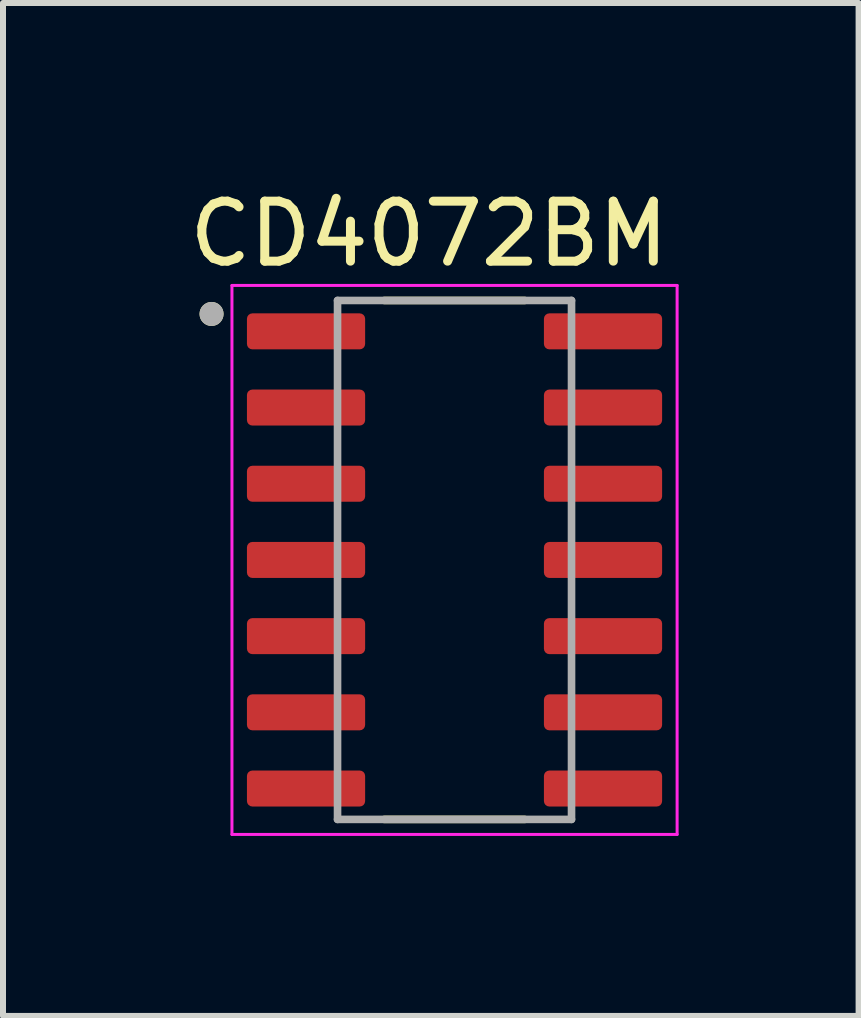
<source format=kicad_pcb>
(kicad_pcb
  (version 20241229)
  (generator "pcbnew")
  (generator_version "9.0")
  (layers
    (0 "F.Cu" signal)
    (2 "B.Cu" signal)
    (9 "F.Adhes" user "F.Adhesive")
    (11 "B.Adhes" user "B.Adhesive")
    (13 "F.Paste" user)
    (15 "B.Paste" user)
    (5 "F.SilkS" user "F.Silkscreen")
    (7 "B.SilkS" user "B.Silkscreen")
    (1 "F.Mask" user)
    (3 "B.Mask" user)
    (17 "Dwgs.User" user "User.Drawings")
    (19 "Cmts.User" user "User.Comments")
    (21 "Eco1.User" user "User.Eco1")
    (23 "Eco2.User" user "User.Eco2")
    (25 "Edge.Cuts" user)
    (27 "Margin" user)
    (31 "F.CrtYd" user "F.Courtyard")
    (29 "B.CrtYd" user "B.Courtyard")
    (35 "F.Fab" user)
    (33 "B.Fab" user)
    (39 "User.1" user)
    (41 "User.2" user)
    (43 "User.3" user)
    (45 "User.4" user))
  (footprint "CD4072BM"
    (layer "F.Cu")
    (at 4.526 6.283)
    (property "Reference" "CD4072BM" (at -0.425 -5.435 0) (layer "F.SilkS") (effects (font (size 1 1) (thickness 0.15))))
    (attr smd)
    (fp_line (start -1.17 -4.325) (end 1.17 -4.325) (stroke (width 0.127) (type solid)) (layer "F.SilkS"))
    (fp_line (start -1.17 4.325) (end 1.17 4.325) (stroke (width 0.127) (type solid)) (layer "F.SilkS"))
    (fp_circle (center -4.05 -4.1) (end -3.95 -4.1) (stroke (width 0.2) (type solid)) (fill no) (layer "F.SilkS"))
    (fp_line (start -3.71 -4.575) (end 3.71 -4.575) (stroke (width 0.05) (type solid)) (layer "F.CrtYd"))
    (fp_line (start -3.71 4.575) (end -3.71 -4.575) (stroke (width 0.05) (type solid)) (layer "F.CrtYd"))
    (fp_line (start 3.71 -4.575) (end 3.71 4.575) (stroke (width 0.05) (type solid)) (layer "F.CrtYd"))
    (fp_line (start 3.71 4.575) (end -3.71 4.575) (stroke (width 0.05) (type solid)) (layer "F.CrtYd"))
    (fp_line (start -1.95 -4.325) (end 1.95 -4.325) (stroke (width 0.127) (type solid)) (layer "F.Fab"))
    (fp_line (start -1.95 4.325) (end -1.95 -4.325) (stroke (width 0.127) (type solid)) (layer "F.Fab"))
    (fp_line (start 1.95 -4.325) (end 1.95 4.325) (stroke (width 0.127) (type solid)) (layer "F.Fab"))
    (fp_line (start 1.95 4.325) (end -1.95 4.325) (stroke (width 0.127) (type solid)) (layer "F.Fab"))
    (fp_circle (center -4.05 -4.1) (end -3.95 -4.1) (stroke (width 0.2) (type solid)) (fill no) (layer "F.Fab"))
    (pad "1" smd roundrect (at -2.475 -3.81) (size 1.97 0.6) (layers "F.Cu" "F.Mask" "F.Paste") (roundrect_rratio 0.15))
    (pad "2" smd roundrect (at -2.475 -2.54) (size 1.97 0.6) (layers "F.Cu" "F.Mask" "F.Paste") (roundrect_rratio 0.15))
    (pad "3" smd roundrect (at -2.475 -1.27) (size 1.97 0.6) (layers "F.Cu" "F.Mask" "F.Paste") (roundrect_rratio 0.15))
    (pad "4" smd roundrect (at -2.475 0) (size 1.97 0.6) (layers "F.Cu" "F.Mask" "F.Paste") (roundrect_rratio 0.15))
    (pad "5" smd roundrect (at -2.475 1.27) (size 1.97 0.6) (layers "F.Cu" "F.Mask" "F.Paste") (roundrect_rratio 0.15))
    (pad "6" smd roundrect (at -2.475 2.54) (size 1.97 0.6) (layers "F.Cu" "F.Mask" "F.Paste") (roundrect_rratio 0.15))
    (pad "7" smd roundrect (at -2.475 3.81) (size 1.97 0.6) (layers "F.Cu" "F.Mask" "F.Paste") (roundrect_rratio 0.15))
    (pad "8" smd roundrect (at 2.475 3.81) (size 1.97 0.6) (layers "F.Cu" "F.Mask" "F.Paste") (roundrect_rratio 0.15))
    (pad "9" smd roundrect (at 2.475 2.54) (size 1.97 0.6) (layers "F.Cu" "F.Mask" "F.Paste") (roundrect_rratio 0.15))
    (pad "10" smd roundrect (at 2.475 1.27) (size 1.97 0.6) (layers "F.Cu" "F.Mask" "F.Paste") (roundrect_rratio 0.15))
    (pad "11" smd roundrect (at 2.475 0) (size 1.97 0.6) (layers "F.Cu" "F.Mask" "F.Paste") (roundrect_rratio 0.15))
    (pad "12" smd roundrect (at 2.475 -1.27) (size 1.97 0.6) (layers "F.Cu" "F.Mask" "F.Paste") (roundrect_rratio 0.15))
    (pad "13" smd roundrect (at 2.475 -2.54) (size 1.97 0.6) (layers "F.Cu" "F.Mask" "F.Paste") (roundrect_rratio 0.15))
    (pad "14" smd roundrect (at 2.475 -3.81) (size 1.97 0.6) (layers "F.Cu" "F.Mask" "F.Paste") (roundrect_rratio 0.15)))
  (gr_rect
    (start -3 -3)
    (end 11.261 13.883)
    (stroke (width 0.1) (type default))
    (fill no)
    (layer "Edge.Cuts")))
</source>
